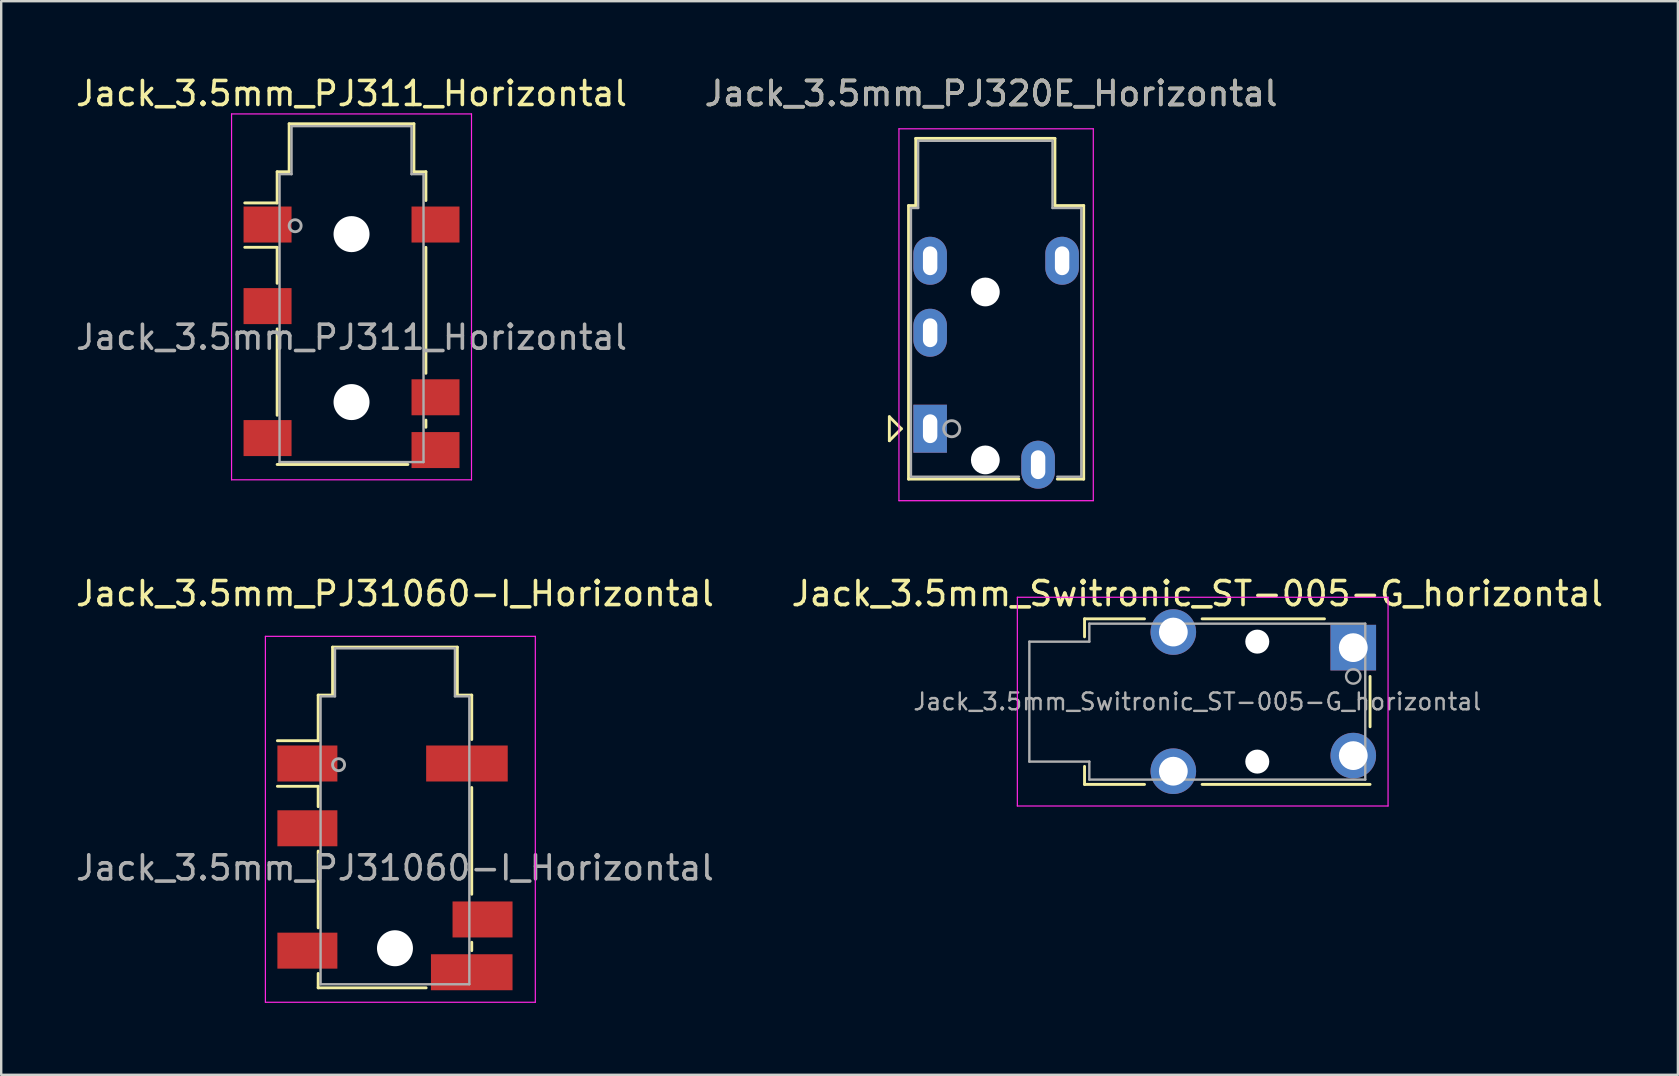
<source format=kicad_pcb>
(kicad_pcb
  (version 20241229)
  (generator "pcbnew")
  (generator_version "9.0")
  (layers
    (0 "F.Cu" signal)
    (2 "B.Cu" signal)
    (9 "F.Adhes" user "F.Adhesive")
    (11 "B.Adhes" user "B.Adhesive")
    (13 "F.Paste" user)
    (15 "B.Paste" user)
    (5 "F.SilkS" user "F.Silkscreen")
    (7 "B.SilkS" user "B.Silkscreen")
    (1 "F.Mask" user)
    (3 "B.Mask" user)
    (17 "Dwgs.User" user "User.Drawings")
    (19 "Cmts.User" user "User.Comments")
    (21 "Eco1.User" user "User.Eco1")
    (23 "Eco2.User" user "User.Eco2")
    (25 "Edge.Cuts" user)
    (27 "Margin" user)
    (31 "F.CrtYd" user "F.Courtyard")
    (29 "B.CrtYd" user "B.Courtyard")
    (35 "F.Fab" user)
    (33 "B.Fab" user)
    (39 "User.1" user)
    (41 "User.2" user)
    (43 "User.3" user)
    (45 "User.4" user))
  (footprint "Jack_3.5mm_PJ311_Horizontal"
    (layer "F.Cu")
    (at 11.601 11.008)
    (property "Reference" "Jack_3.5mm_PJ311_Horizontal" (at 0 -10.16 0) (layer "F.SilkS") (effects (font (size 1 1) (thickness 0.15))))
    (attr smd)
    (fp_line (start -3.1 -6.9) (end -2.6 -6.9) (stroke (width 0.12) (type solid)) (layer "F.SilkS"))
    (fp_line (start -3.1 -5.6) (end -4.45 -5.6) (stroke (width 0.12) (type solid)) (layer "F.SilkS"))
    (fp_line (start -3.1 -5.6) (end -3.1 -6.9) (stroke (width 0.12) (type solid)) (layer "F.SilkS"))
    (fp_line (start -3.1 -3.75) (end -4.45 -3.75) (stroke (width 0.12) (type solid)) (layer "F.SilkS"))
    (fp_line (start -3.1 -2.25) (end -3.1 -3.75) (stroke (width 0.12) (type solid)) (layer "F.SilkS"))
    (fp_line (start -3.1 3.25) (end -3.1 -0.35) (stroke (width 0.12) (type solid)) (layer "F.SilkS"))
    (fp_line (start -2.6 -8.9) (end 2.6 -8.9) (stroke (width 0.12) (type solid)) (layer "F.SilkS"))
    (fp_line (start -2.6 -6.9) (end -2.6 -8.9) (stroke (width 0.12) (type solid)) (layer "F.SilkS"))
    (fp_line (start 2.35 5.3) (end -3.1 5.3) (stroke (width 0.12) (type solid)) (layer "F.SilkS"))
    (fp_line (start 2.6 -8.9) (end 2.6 -6.9) (stroke (width 0.12) (type solid)) (layer "F.SilkS"))
    (fp_line (start 2.6 -6.9) (end 3.1 -6.9) (stroke (width 0.12) (type solid)) (layer "F.SilkS"))
    (fp_line (start 3.1 -6.9) (end 3.1 -5.7) (stroke (width 0.12) (type solid)) (layer "F.SilkS"))
    (fp_line (start 3.1 -3.75) (end 3.1 1.5) (stroke (width 0.12) (type solid)) (layer "F.SilkS"))
    (fp_line (start 3.1 3.45) (end 3.1 3.75) (stroke (width 0.12) (type solid)) (layer "F.SilkS"))
    (fp_line (start -5 -9.31) (end -5 5.94) (stroke (width 0.05) (type solid)) (layer "F.CrtYd"))
    (fp_line (start -5 -9.31) (end 5 -9.31) (stroke (width 0.05) (type solid)) (layer "F.CrtYd"))
    (fp_line (start -5 5.94) (end 5 5.94) (stroke (width 0.05) (type solid)) (layer "F.CrtYd"))
    (fp_line (start 5 5.94) (end 5 -9.31) (stroke (width 0.05) (type solid)) (layer "F.CrtYd"))
    (fp_line (start -3 -6.8) (end -3 5.2) (stroke (width 0.1) (type solid)) (layer "F.Fab"))
    (fp_line (start -3 5.2) (end 3 5.2) (stroke (width 0.1) (type solid)) (layer "F.Fab"))
    (fp_line (start -2.5 -8.8) (end -2.5 -6.8) (stroke (width 0.1) (type solid)) (layer "F.Fab"))
    (fp_line (start -2.5 -6.8) (end -3 -6.8) (stroke (width 0.1) (type solid)) (layer "F.Fab"))
    (fp_line (start 2.5 -8.8) (end -2.5 -8.8) (stroke (width 0.1) (type solid)) (layer "F.Fab"))
    (fp_line (start 2.5 -6.8) (end 2.5 -8.8) (stroke (width 0.1) (type solid)) (layer "F.Fab"))
    (fp_line (start 3 -6.8) (end 2.5 -6.8) (stroke (width 0.1) (type solid)) (layer "F.Fab"))
    (fp_line (start 3 5.2) (end 3 -6.8) (stroke (width 0.1) (type solid)) (layer "F.Fab"))
    (fp_circle (center -2.35 -4.65) (end -2.1 -4.65) (stroke (width 0.12) (type solid)) (fill no) (layer "F.Fab"))
    (fp_text user "${REFERENCE}" (at 0 0 0) (layer "F.Fab") (effects (font (size 1 1) (thickness 0.15))))
    (pad "" np_thru_hole circle (at 0 -4.3) (size 1.5 1.5) (drill 1.5) (layers "*.Cu" "*.Mask"))
    (pad "" np_thru_hole circle (at 0 2.7) (size 1.5 1.5) (drill 1.5) (layers "*.Cu" "*.Mask"))
    (pad "1" smd rect (at -3.5 -4.7) (size 2 1.5) (layers "F.Cu" "F.Mask" "F.Paste"))
    (pad "2" smd rect (at 3.5 -4.7) (size 2 1.5) (layers "F.Cu" "F.Mask" "F.Paste"))
    (pad "3" smd rect (at -3.5 -1.3) (size 2 1.5) (layers "F.Cu" "F.Mask" "F.Paste"))
    (pad "4" smd rect (at 3.5 2.5) (size 2 1.5) (layers "F.Cu" "F.Mask" "F.Paste"))
    (pad "5" smd rect (at 3.5 4.7) (size 2 1.5) (layers "F.Cu" "F.Mask" "F.Paste"))
    (pad "6" smd rect (at -3.5 4.2) (size 2 1.5) (layers "F.Cu" "F.Mask" "F.Paste")))
  (footprint "Jack_3.5mm_Switronic_ST-005-G_horizontal"
    (layer "F.Cu")
    (at 46.851 26.192)
    (property "Reference" "Jack_3.5mm_Switronic_ST-005-G_horizontal" (at 0 -4.5 0) (layer "F.SilkS") (effects (font (size 1 1) (thickness 0.15))))
    (attr through_hole)
    (fp_line (start -4.7 -3.45) (end -2.2 -3.45) (stroke (width 0.12) (type solid)) (layer "F.SilkS"))
    (fp_line (start -4.7 -2.7) (end -4.7 -3.45) (stroke (width 0.12) (type solid)) (layer "F.SilkS"))
    (fp_line (start -4.7 3.45) (end -4.7 2.7) (stroke (width 0.12) (type solid)) (layer "F.SilkS"))
    (fp_line (start -2.2 3.45) (end -4.7 3.45) (stroke (width 0.12) (type solid)) (layer "F.SilkS"))
    (fp_line (start 0.2 -3.45) (end 5.3 -3.45) (stroke (width 0.12) (type solid)) (layer "F.SilkS"))
    (fp_line (start 0.2 3.45) (end 7.2 3.45) (stroke (width 0.12) (type solid)) (layer "F.SilkS"))
    (fp_line (start 7.2 -1.05) (end 7.2 1.05) (stroke (width 0.12) (type solid)) (layer "F.SilkS"))
    (fp_line (start -7.5 -4.35) (end -7.5 4.35) (stroke (width 0.05) (type solid)) (layer "F.CrtYd"))
    (fp_line (start -7.5 4.35) (end 7.95 4.35) (stroke (width 0.05) (type solid)) (layer "F.CrtYd"))
    (fp_line (start 7.95 -4.35) (end -7.5 -4.35) (stroke (width 0.05) (type solid)) (layer "F.CrtYd"))
    (fp_line (start 7.95 4.35) (end 7.95 -4.35) (stroke (width 0.05) (type solid)) (layer "F.CrtYd"))
    (fp_line (start -7 -2.5) (end -4.5 -2.5) (stroke (width 0.1) (type solid)) (layer "F.Fab"))
    (fp_line (start -7 2.5) (end -7 -2.5) (stroke (width 0.1) (type solid)) (layer "F.Fab"))
    (fp_line (start -4.5 -3.25) (end 7 -3.25) (stroke (width 0.1) (type solid)) (layer "F.Fab"))
    (fp_line (start -4.5 -2.5) (end -4.5 -3.25) (stroke (width 0.1) (type solid)) (layer "F.Fab"))
    (fp_line (start -4.5 2.5) (end -7 2.5) (stroke (width 0.1) (type solid)) (layer "F.Fab"))
    (fp_line (start -4.5 3.25) (end -4.5 2.5) (stroke (width 0.1) (type solid)) (layer "F.Fab"))
    (fp_line (start 7 -3.25) (end 7 3.25) (stroke (width 0.1) (type solid)) (layer "F.Fab"))
    (fp_line (start 7 3.25) (end -4.5 3.25) (stroke (width 0.1) (type solid)) (layer "F.Fab"))
    (fp_circle (center 6.5 -1.05) (end 6.8 -1.05) (stroke (width 0.1) (type solid)) (fill no) (layer "F.Fab"))
    (fp_text user "${REFERENCE}" (at 0 0 0) (layer "F.Fab") (effects (font (size 0.7 0.7) (thickness 0.1))))
    (pad "" np_thru_hole circle (at 2.5 -2.5) (size 1 1) (drill 1) (layers "*.Cu" "*.Mask"))
    (pad "" np_thru_hole circle (at 2.5 2.5) (size 1 1) (drill 1) (layers "*.Cu" "*.Mask"))
    (pad "R" thru_hole rect (at 6.5 -2.25) (size 1.9 1.9) (drill 1.2) (layers "*.Cu" "*.Mask"))
    (pad "S" thru_hole circle (at 6.5 2.25) (size 1.9 1.9) (drill 1.2) (layers "*.Cu" "*.Mask"))
    (pad "T" thru_hole circle (at -1 -2.9) (size 1.9 1.9) (drill 1.2) (layers "*.Cu" "*.Mask"))
    (pad "T" thru_hole circle (at -1 2.9) (size 1.9 1.9) (drill 1.2) (layers "*.Cu" "*.Mask")))
  (footprint "Jack_3.5mm_PJ320E_Horizontal"
    (layer "F.Cu")
    (at 35.716 14.818)
    (property "Reference" "Jack_3.5mm_PJ320E_Horizontal" (at 2.54 -13.97 0) (layer "F.SilkS") (effects (font (size 1 1) (thickness 0.15))))
    (attr through_hole)
    (fp_line (start -1.7 -0.5) (end -1.7 0.5) (stroke (width 0.12) (type solid)) (layer "F.SilkS"))
    (fp_line (start -1.7 0.5) (end -1.2 0) (stroke (width 0.12) (type solid)) (layer "F.SilkS"))
    (fp_line (start -1.2 0) (end -1.7 -0.5) (stroke (width 0.12) (type solid)) (layer "F.SilkS"))
    (fp_line (start -0.9 -9.3) (end -0.9 2.1) (stroke (width 0.12) (type solid)) (layer "F.SilkS"))
    (fp_line (start -0.9 -9.3) (end -0.6 -9.3) (stroke (width 0.12) (type solid)) (layer "F.SilkS"))
    (fp_line (start -0.9 2.1) (end 3.7 2.1) (stroke (width 0.12) (type solid)) (layer "F.SilkS"))
    (fp_line (start -0.6 -9.3) (end -0.6 -12.1) (stroke (width 0.12) (type solid)) (layer "F.SilkS"))
    (fp_line (start 5.2 -12.1) (end -0.6 -12.1) (stroke (width 0.12) (type solid)) (layer "F.SilkS"))
    (fp_line (start 5.2 -9.3) (end 5.2 -12.1) (stroke (width 0.12) (type solid)) (layer "F.SilkS"))
    (fp_line (start 5.2 -9.3) (end 6.4 -9.3) (stroke (width 0.12) (type solid)) (layer "F.SilkS"))
    (fp_line (start 6.4 -9.3) (end 6.4 2.1) (stroke (width 0.12) (type solid)) (layer "F.SilkS"))
    (fp_line (start 6.4 2.1) (end 5.3 2.1) (stroke (width 0.12) (type solid)) (layer "F.SilkS"))
    (fp_line (start -1.3 -12.5) (end -1.3 3) (stroke (width 0.05) (type solid)) (layer "F.CrtYd"))
    (fp_line (start -1.3 -12.5) (end 6.8 -12.5) (stroke (width 0.05) (type solid)) (layer "F.CrtYd"))
    (fp_line (start -1.3 3) (end 6.8 3) (stroke (width 0.05) (type solid)) (layer "F.CrtYd"))
    (fp_line (start 6.8 -12.5) (end 6.8 3) (stroke (width 0.05) (type solid)) (layer "F.CrtYd"))
    (fp_line (start -0.8 -9.2) (end -0.5 -9.2) (stroke (width 0.1) (type solid)) (layer "F.Fab"))
    (fp_line (start -0.8 2) (end -0.8 -9.2) (stroke (width 0.1) (type solid)) (layer "F.Fab"))
    (fp_line (start -0.5 -12) (end 5.1 -12) (stroke (width 0.1) (type solid)) (layer "F.Fab"))
    (fp_line (start -0.5 -9.2) (end -0.5 -12) (stroke (width 0.1) (type solid)) (layer "F.Fab"))
    (fp_line (start 3.7 2) (end -0.8 2) (stroke (width 0.1) (type solid)) (layer "F.Fab"))
    (fp_line (start 5.1 -12) (end 5.1 -9.2) (stroke (width 0.1) (type solid)) (layer "F.Fab"))
    (fp_line (start 5.1 -9.2) (end 6.3 -9.2) (stroke (width 0.1) (type solid)) (layer "F.Fab"))
    (fp_line (start 6.3 -9.2) (end 6.3 2) (stroke (width 0.1) (type solid)) (layer "F.Fab"))
    (fp_line (start 6.3 2) (end 5.3 2) (stroke (width 0.1) (type solid)) (layer "F.Fab"))
    (fp_circle (center 0.9 0) (end 1.2 0.15) (stroke (width 0.12) (type solid)) (fill no) (layer "F.Fab"))
    (fp_text user "${REFERENCE}" (at 2.54 -13.97 0) (layer "F.Fab") (effects (font (size 1 1) (thickness 0.15))))
    (pad "" np_thru_hole circle (at 2.3 -5.7 270) (size 1.2 1.2) (drill 1.2) (layers "*.Cu" "*.Mask"))
    (pad "" np_thru_hole circle (at 2.3 1.3 270) (size 1.2 1.2) (drill 1.2) (layers "*.Cu" "*.Mask"))
    (pad "" thru_hole oval (at 5.5 -7 270) (size 2 1.4) (drill oval 1.2 0.6) (layers "*.Cu" "*.Mask"))
    (pad "R1" thru_hole oval (at 0 -4 270) (size 2 1.4) (drill oval 1.2 0.6) (layers "*.Cu" "*.Mask"))
    (pad "R2" thru_hole oval (at 0 -7 270) (size 2 1.4) (drill oval 1.2 0.6) (layers "*.Cu" "*.Mask"))
    (pad "S" thru_hole oval (at 4.5 1.5 270) (size 2 1.4) (drill oval 1.2 0.6) (layers "*.Cu" "*.Mask"))
    (pad "T" thru_hole rect (at 0 0 270) (size 2 1.4) (drill oval 1.2 0.6) (layers "*.Cu" "*.Mask")))
  (footprint "Jack_3.5mm_PJ31060-I_Horizontal"
    (layer "F.Cu")
    (at 13.411 33.121)
    (property "Reference" "Jack_3.5mm_PJ31060-I_Horizontal" (at 0 -11.43 0) (layer "F.SilkS") (effects (font (size 1 1) (thickness 0.15))))
    (attr smd)
    (fp_line (start -4.9 -3.4) (end -3.2 -3.4) (stroke (width 0.12) (type solid)) (layer "F.SilkS"))
    (fp_line (start -3.2 -7.2) (end -2.6 -7.2) (stroke (width 0.12) (type solid)) (layer "F.SilkS"))
    (fp_line (start -3.2 -5.3) (end -4.9 -5.3) (stroke (width 0.12) (type solid)) (layer "F.SilkS"))
    (fp_line (start -3.2 -5.3) (end -3.2 -7.2) (stroke (width 0.12) (type solid)) (layer "F.SilkS"))
    (fp_line (start -3.2 -2.55) (end -3.2 -3.4) (stroke (width 0.12) (type solid)) (layer "F.SilkS"))
    (fp_line (start -3.2 2.5) (end -3.2 -0.7) (stroke (width 0.12) (type solid)) (layer "F.SilkS"))
    (fp_line (start -3.2 5) (end -3.2 4.4) (stroke (width 0.12) (type solid)) (layer "F.SilkS"))
    (fp_line (start -2.6 -9.2) (end 2.6 -9.2) (stroke (width 0.12) (type solid)) (layer "F.SilkS"))
    (fp_line (start -2.6 -7.2) (end -2.6 -9.2) (stroke (width 0.12) (type solid)) (layer "F.SilkS"))
    (fp_line (start 1.3 5) (end -3.2 5) (stroke (width 0.12) (type solid)) (layer "F.SilkS"))
    (fp_line (start 2.6 -9.2) (end 2.6 -7.2) (stroke (width 0.12) (type solid)) (layer "F.SilkS"))
    (fp_line (start 2.6 -7.2) (end 3.2 -7.2) (stroke (width 0.12) (type solid)) (layer "F.SilkS"))
    (fp_line (start 3.2 -7.2) (end 3.2 -5.35) (stroke (width 0.12) (type solid)) (layer "F.SilkS"))
    (fp_line (start 3.2 -3.35) (end 3.2 1.1) (stroke (width 0.12) (type solid)) (layer "F.SilkS"))
    (fp_line (start 3.2 3.1) (end 3.2 3.45) (stroke (width 0.12) (type solid)) (layer "F.SilkS"))
    (fp_line (start -5.4 -9.65) (end -5.4 5.6) (stroke (width 0.05) (type solid)) (layer "F.CrtYd"))
    (fp_line (start -5.4 -9.65) (end 5.85 -9.65) (stroke (width 0.05) (type solid)) (layer "F.CrtYd"))
    (fp_line (start 5.85 5.6) (end -5.4 5.6) (stroke (width 0.05) (type solid)) (layer "F.CrtYd"))
    (fp_line (start 5.85 5.6) (end 5.85 -9.65) (stroke (width 0.05) (type solid)) (layer "F.CrtYd"))
    (fp_line (start -3.1 -7.15) (end -3.1 4.85) (stroke (width 0.1) (type solid)) (layer "F.Fab"))
    (fp_line (start -2.5 -9.15) (end -2.5 -7.15) (stroke (width 0.1) (type solid)) (layer "F.Fab"))
    (fp_line (start -2.5 -7.15) (end -3.1 -7.15) (stroke (width 0.1) (type solid)) (layer "F.Fab"))
    (fp_line (start 2.5 -9.15) (end -2.5 -9.15) (stroke (width 0.1) (type solid)) (layer "F.Fab"))
    (fp_line (start 2.5 -7.15) (end 2.5 -9.15) (stroke (width 0.1) (type solid)) (layer "F.Fab"))
    (fp_line (start 2.5 -7.15) (end 3.1 -7.15) (stroke (width 0.1) (type solid)) (layer "F.Fab"))
    (fp_line (start 3.1 -7.15) (end 3.1 4.85) (stroke (width 0.1) (type solid)) (layer "F.Fab"))
    (fp_line (start 3.1 4.85) (end -3.1 4.85) (stroke (width 0.1) (type solid)) (layer "F.Fab"))
    (fp_circle (center -2.35 -4.3) (end -2.1 -4.3) (stroke (width 0.12) (type solid)) (fill no) (layer "F.Fab"))
    (fp_text user "${REFERENCE}" (at 0 0 0) (layer "F.Fab") (effects (font (size 1 1) (thickness 0.15))))
    (pad "" np_thru_hole circle (at 0 3.35) (size 1.5 1.5) (drill 1.5) (layers "*.Cu" "*.Mask"))
    (pad "R1" smd rect (at -3.65 -1.65) (size 2.5 1.5) (layers "F.Cu" "F.Mask" "F.Paste"))
    (pad "R1N" smd rect (at -3.65 3.45) (size 2.5 1.5) (layers "F.Cu" "F.Mask" "F.Paste"))
    (pad "R2" smd rect (at 3 -4.35) (size 3.4 1.5) (layers "F.Cu" "F.Mask" "F.Paste"))
    (pad "S" smd rect (at -3.65 -4.35) (size 2.5 1.5) (layers "F.Cu" "F.Mask" "F.Paste"))
    (pad "T" smd rect (at 3.65 2.15) (size 2.5 1.5) (layers "F.Cu" "F.Mask" "F.Paste"))
    (pad "TN" smd rect (at 3.2 4.35) (size 3.4 1.5) (layers "F.Cu" "F.Mask" "F.Paste")))
  (gr_rect
    (start -3 -3)
    (end 66.881 41.746)
    (stroke (width 0.1) (type default))
    (fill no)
    (layer "Edge.Cuts")))
</source>
